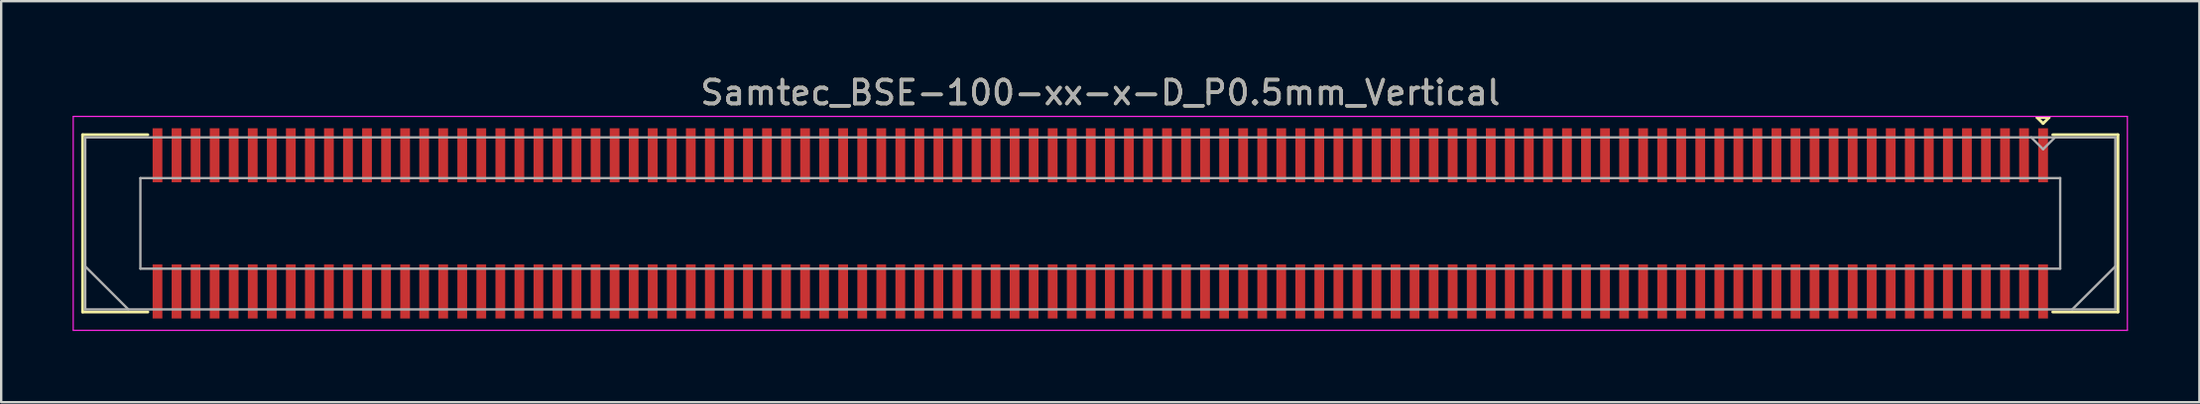
<source format=kicad_pcb>
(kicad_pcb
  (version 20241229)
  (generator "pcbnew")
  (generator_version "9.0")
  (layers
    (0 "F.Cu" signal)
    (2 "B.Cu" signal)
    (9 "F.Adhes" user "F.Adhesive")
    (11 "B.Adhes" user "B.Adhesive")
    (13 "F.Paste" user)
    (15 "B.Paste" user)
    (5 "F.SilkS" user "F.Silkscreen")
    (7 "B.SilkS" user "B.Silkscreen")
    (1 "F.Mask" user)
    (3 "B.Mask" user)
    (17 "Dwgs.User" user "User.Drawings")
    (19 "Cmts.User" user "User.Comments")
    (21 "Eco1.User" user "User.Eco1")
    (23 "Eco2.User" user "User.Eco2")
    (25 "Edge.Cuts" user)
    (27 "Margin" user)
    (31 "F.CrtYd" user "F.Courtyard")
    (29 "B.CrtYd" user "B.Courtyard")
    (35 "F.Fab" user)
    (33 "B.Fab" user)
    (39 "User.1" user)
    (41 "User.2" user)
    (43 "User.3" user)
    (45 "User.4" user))
  (footprint "Samtec_BSE-100-xx-x-D_P0.5mm_Vertical"
    (layer "F.Cu")
    (at 43.165 6.348)
    (property "Reference" "Samtec_BSE-100-xx-x-D_P0.5mm_Vertical" (at 0 -5.5 0) (layer "F.SilkS") (effects (font (size 1 1) (thickness 0.15))))
    (attr smd)
    (fp_line (start -42.745 -3.729) (end -40.005 -3.729) (stroke (width 0.12) (type solid)) (layer "F.SilkS"))
    (fp_line (start -42.745 3.729) (end -42.745 -3.729) (stroke (width 0.12) (type solid)) (layer "F.SilkS"))
    (fp_line (start -40.005 3.729) (end -42.745 3.729) (stroke (width 0.12) (type solid)) (layer "F.SilkS"))
    (fp_line (start 39.35 -4.452) (end 39.85 -4.452) (stroke (width 0.12) (type solid)) (layer "F.SilkS"))
    (fp_line (start 39.6 -4.202) (end 39.35 -4.452) (stroke (width 0.12) (type solid)) (layer "F.SilkS"))
    (fp_line (start 39.85 -4.452) (end 39.6 -4.202) (stroke (width 0.12) (type solid)) (layer "F.SilkS"))
    (fp_line (start 40.005 3.729) (end 42.745 3.729) (stroke (width 0.12) (type solid)) (layer "F.SilkS"))
    (fp_line (start 42.745 -3.729) (end 40.005 -3.729) (stroke (width 0.12) (type solid)) (layer "F.SilkS"))
    (fp_line (start 42.745 3.729) (end 42.745 -3.729) (stroke (width 0.12) (type solid)) (layer "F.SilkS"))
    (fp_line (start -43.14 -4.5) (end -43.14 4.5) (stroke (width 0.05) (type solid)) (layer "F.CrtYd"))
    (fp_line (start -43.14 4.5) (end 43.14 4.5) (stroke (width 0.05) (type solid)) (layer "F.CrtYd"))
    (fp_line (start 43.14 -4.5) (end -43.14 -4.5) (stroke (width 0.05) (type solid)) (layer "F.CrtYd"))
    (fp_line (start 43.14 4.5) (end 43.14 -4.5) (stroke (width 0.05) (type solid)) (layer "F.CrtYd"))
    (fp_line (start -42.635 -3.619) (end -42.635 3.619) (stroke (width 0.1) (type solid)) (layer "F.Fab"))
    (fp_line (start -42.635 1.81) (end -40.825 3.619) (stroke (width 0.1) (type solid)) (layer "F.Fab"))
    (fp_line (start -42.635 3.619) (end 42.635 3.619) (stroke (width 0.1) (type solid)) (layer "F.Fab"))
    (fp_line (start -40.318 -1.905) (end -40.318 1.905) (stroke (width 0.1) (type solid)) (layer "F.Fab"))
    (fp_line (start -40.318 1.905) (end 40.318 1.905) (stroke (width 0.1) (type solid)) (layer "F.Fab"))
    (fp_line (start 39.6 -3.119) (end 39.1 -3.619) (stroke (width 0.1) (type solid)) (layer "F.Fab"))
    (fp_line (start 40.1 -3.619) (end 39.6 -3.119) (stroke (width 0.1) (type solid)) (layer "F.Fab"))
    (fp_line (start 40.318 -1.905) (end -40.318 -1.905) (stroke (width 0.1) (type solid)) (layer "F.Fab"))
    (fp_line (start 40.318 1.905) (end 40.318 -1.905) (stroke (width 0.1) (type solid)) (layer "F.Fab"))
    (fp_line (start 42.635 -3.619) (end -42.635 -3.619) (stroke (width 0.1) (type solid)) (layer "F.Fab"))
    (fp_line (start 42.635 1.81) (end 40.825 3.619) (stroke (width 0.1) (type solid)) (layer "F.Fab"))
    (fp_line (start 42.635 3.619) (end 42.635 -3.619) (stroke (width 0.1) (type solid)) (layer "F.Fab"))
    (fp_text user "${REFERENCE}" (at 0 -5.5 0) (layer "F.Fab") (effects (font (size 1 1) (thickness 0.15))))
    (pad "1" smd rect (at 39.6 -2.865) (size 0.41 2.273) (layers "F.Cu" "F.Mask" "F.Paste"))
    (pad "2" smd rect (at 39.6 2.865) (size 0.41 2.273) (layers "F.Cu" "F.Mask" "F.Paste"))
    (pad "3" smd rect (at 38.8 -2.865) (size 0.41 2.273) (layers "F.Cu" "F.Mask" "F.Paste"))
    (pad "4" smd rect (at 38.8 2.865) (size 0.41 2.273) (layers "F.Cu" "F.Mask" "F.Paste"))
    (pad "5" smd rect (at 38 -2.865) (size 0.41 2.273) (layers "F.Cu" "F.Mask" "F.Paste"))
    (pad "6" smd rect (at 38 2.865) (size 0.41 2.273) (layers "F.Cu" "F.Mask" "F.Paste"))
    (pad "7" smd rect (at 37.2 -2.865) (size 0.41 2.273) (layers "F.Cu" "F.Mask" "F.Paste"))
    (pad "8" smd rect (at 37.2 2.865) (size 0.41 2.273) (layers "F.Cu" "F.Mask" "F.Paste"))
    (pad "9" smd rect (at 36.4 -2.865) (size 0.41 2.273) (layers "F.Cu" "F.Mask" "F.Paste"))
    (pad "10" smd rect (at 36.4 2.865) (size 0.41 2.273) (layers "F.Cu" "F.Mask" "F.Paste"))
    (pad "11" smd rect (at 35.6 -2.865) (size 0.41 2.273) (layers "F.Cu" "F.Mask" "F.Paste"))
    (pad "12" smd rect (at 35.6 2.865) (size 0.41 2.273) (layers "F.Cu" "F.Mask" "F.Paste"))
    (pad "13" smd rect (at 34.8 -2.865) (size 0.41 2.273) (layers "F.Cu" "F.Mask" "F.Paste"))
    (pad "14" smd rect (at 34.8 2.865) (size 0.41 2.273) (layers "F.Cu" "F.Mask" "F.Paste"))
    (pad "15" smd rect (at 34 -2.865) (size 0.41 2.273) (layers "F.Cu" "F.Mask" "F.Paste"))
    (pad "16" smd rect (at 34 2.865) (size 0.41 2.273) (layers "F.Cu" "F.Mask" "F.Paste"))
    (pad "17" smd rect (at 33.2 -2.865) (size 0.41 2.273) (layers "F.Cu" "F.Mask" "F.Paste"))
    (pad "18" smd rect (at 33.2 2.865) (size 0.41 2.273) (layers "F.Cu" "F.Mask" "F.Paste"))
    (pad "19" smd rect (at 32.4 -2.865) (size 0.41 2.273) (layers "F.Cu" "F.Mask" "F.Paste"))
    (pad "20" smd rect (at 32.4 2.865) (size 0.41 2.273) (layers "F.Cu" "F.Mask" "F.Paste"))
    (pad "21" smd rect (at 31.6 -2.865) (size 0.41 2.273) (layers "F.Cu" "F.Mask" "F.Paste"))
    (pad "22" smd rect (at 31.6 2.865) (size 0.41 2.273) (layers "F.Cu" "F.Mask" "F.Paste"))
    (pad "23" smd rect (at 30.8 -2.865) (size 0.41 2.273) (layers "F.Cu" "F.Mask" "F.Paste"))
    (pad "24" smd rect (at 30.8 2.865) (size 0.41 2.273) (layers "F.Cu" "F.Mask" "F.Paste"))
    (pad "25" smd rect (at 30 -2.865) (size 0.41 2.273) (layers "F.Cu" "F.Mask" "F.Paste"))
    (pad "26" smd rect (at 30 2.865) (size 0.41 2.273) (layers "F.Cu" "F.Mask" "F.Paste"))
    (pad "27" smd rect (at 29.2 -2.865) (size 0.41 2.273) (layers "F.Cu" "F.Mask" "F.Paste"))
    (pad "28" smd rect (at 29.2 2.865) (size 0.41 2.273) (layers "F.Cu" "F.Mask" "F.Paste"))
    (pad "29" smd rect (at 28.4 -2.865) (size 0.41 2.273) (layers "F.Cu" "F.Mask" "F.Paste"))
    (pad "30" smd rect (at 28.4 2.865) (size 0.41 2.273) (layers "F.Cu" "F.Mask" "F.Paste"))
    (pad "31" smd rect (at 27.6 -2.865) (size 0.41 2.273) (layers "F.Cu" "F.Mask" "F.Paste"))
    (pad "32" smd rect (at 27.6 2.865) (size 0.41 2.273) (layers "F.Cu" "F.Mask" "F.Paste"))
    (pad "33" smd rect (at 26.8 -2.865) (size 0.41 2.273) (layers "F.Cu" "F.Mask" "F.Paste"))
    (pad "34" smd rect (at 26.8 2.865) (size 0.41 2.273) (layers "F.Cu" "F.Mask" "F.Paste"))
    (pad "35" smd rect (at 26 -2.865) (size 0.41 2.273) (layers "F.Cu" "F.Mask" "F.Paste"))
    (pad "36" smd rect (at 26 2.865) (size 0.41 2.273) (layers "F.Cu" "F.Mask" "F.Paste"))
    (pad "37" smd rect (at 25.2 -2.865) (size 0.41 2.273) (layers "F.Cu" "F.Mask" "F.Paste"))
    (pad "38" smd rect (at 25.2 2.865) (size 0.41 2.273) (layers "F.Cu" "F.Mask" "F.Paste"))
    (pad "39" smd rect (at 24.4 -2.865) (size 0.41 2.273) (layers "F.Cu" "F.Mask" "F.Paste"))
    (pad "40" smd rect (at 24.4 2.865) (size 0.41 2.273) (layers "F.Cu" "F.Mask" "F.Paste"))
    (pad "41" smd rect (at 23.6 -2.865) (size 0.41 2.273) (layers "F.Cu" "F.Mask" "F.Paste"))
    (pad "42" smd rect (at 23.6 2.865) (size 0.41 2.273) (layers "F.Cu" "F.Mask" "F.Paste"))
    (pad "43" smd rect (at 22.8 -2.865) (size 0.41 2.273) (layers "F.Cu" "F.Mask" "F.Paste"))
    (pad "44" smd rect (at 22.8 2.865) (size 0.41 2.273) (layers "F.Cu" "F.Mask" "F.Paste"))
    (pad "45" smd rect (at 22 -2.865) (size 0.41 2.273) (layers "F.Cu" "F.Mask" "F.Paste"))
    (pad "46" smd rect (at 22 2.865) (size 0.41 2.273) (layers "F.Cu" "F.Mask" "F.Paste"))
    (pad "47" smd rect (at 21.2 -2.865) (size 0.41 2.273) (layers "F.Cu" "F.Mask" "F.Paste"))
    (pad "48" smd rect (at 21.2 2.865) (size 0.41 2.273) (layers "F.Cu" "F.Mask" "F.Paste"))
    (pad "49" smd rect (at 20.4 -2.865) (size 0.41 2.273) (layers "F.Cu" "F.Mask" "F.Paste"))
    (pad "50" smd rect (at 20.4 2.865) (size 0.41 2.273) (layers "F.Cu" "F.Mask" "F.Paste"))
    (pad "51" smd rect (at 19.6 -2.865) (size 0.41 2.273) (layers "F.Cu" "F.Mask" "F.Paste"))
    (pad "52" smd rect (at 19.6 2.865) (size 0.41 2.273) (layers "F.Cu" "F.Mask" "F.Paste"))
    (pad "53" smd rect (at 18.8 -2.865) (size 0.41 2.273) (layers "F.Cu" "F.Mask" "F.Paste"))
    (pad "54" smd rect (at 18.8 2.865) (size 0.41 2.273) (layers "F.Cu" "F.Mask" "F.Paste"))
    (pad "55" smd rect (at 18 -2.865) (size 0.41 2.273) (layers "F.Cu" "F.Mask" "F.Paste"))
    (pad "56" smd rect (at 18 2.865) (size 0.41 2.273) (layers "F.Cu" "F.Mask" "F.Paste"))
    (pad "57" smd rect (at 17.2 -2.865) (size 0.41 2.273) (layers "F.Cu" "F.Mask" "F.Paste"))
    (pad "58" smd rect (at 17.2 2.865) (size 0.41 2.273) (layers "F.Cu" "F.Mask" "F.Paste"))
    (pad "59" smd rect (at 16.4 -2.865) (size 0.41 2.273) (layers "F.Cu" "F.Mask" "F.Paste"))
    (pad "60" smd rect (at 16.4 2.865) (size 0.41 2.273) (layers "F.Cu" "F.Mask" "F.Paste"))
    (pad "61" smd rect (at 15.6 -2.865) (size 0.41 2.273) (layers "F.Cu" "F.Mask" "F.Paste"))
    (pad "62" smd rect (at 15.6 2.865) (size 0.41 2.273) (layers "F.Cu" "F.Mask" "F.Paste"))
    (pad "63" smd rect (at 14.8 -2.865) (size 0.41 2.273) (layers "F.Cu" "F.Mask" "F.Paste"))
    (pad "64" smd rect (at 14.8 2.865) (size 0.41 2.273) (layers "F.Cu" "F.Mask" "F.Paste"))
    (pad "65" smd rect (at 14 -2.865) (size 0.41 2.273) (layers "F.Cu" "F.Mask" "F.Paste"))
    (pad "66" smd rect (at 14 2.865) (size 0.41 2.273) (layers "F.Cu" "F.Mask" "F.Paste"))
    (pad "67" smd rect (at 13.2 -2.865) (size 0.41 2.273) (layers "F.Cu" "F.Mask" "F.Paste"))
    (pad "68" smd rect (at 13.2 2.865) (size 0.41 2.273) (layers "F.Cu" "F.Mask" "F.Paste"))
    (pad "69" smd rect (at 12.4 -2.865) (size 0.41 2.273) (layers "F.Cu" "F.Mask" "F.Paste"))
    (pad "70" smd rect (at 12.4 2.865) (size 0.41 2.273) (layers "F.Cu" "F.Mask" "F.Paste"))
    (pad "71" smd rect (at 11.6 -2.865) (size 0.41 2.273) (layers "F.Cu" "F.Mask" "F.Paste"))
    (pad "72" smd rect (at 11.6 2.865) (size 0.41 2.273) (layers "F.Cu" "F.Mask" "F.Paste"))
    (pad "73" smd rect (at 10.8 -2.865) (size 0.41 2.273) (layers "F.Cu" "F.Mask" "F.Paste"))
    (pad "74" smd rect (at 10.8 2.865) (size 0.41 2.273) (layers "F.Cu" "F.Mask" "F.Paste"))
    (pad "75" smd rect (at 10 -2.865) (size 0.41 2.273) (layers "F.Cu" "F.Mask" "F.Paste"))
    (pad "76" smd rect (at 10 2.865) (size 0.41 2.273) (layers "F.Cu" "F.Mask" "F.Paste"))
    (pad "77" smd rect (at 9.2 -2.865) (size 0.41 2.273) (layers "F.Cu" "F.Mask" "F.Paste"))
    (pad "78" smd rect (at 9.2 2.865) (size 0.41 2.273) (layers "F.Cu" "F.Mask" "F.Paste"))
    (pad "79" smd rect (at 8.4 -2.865) (size 0.41 2.273) (layers "F.Cu" "F.Mask" "F.Paste"))
    (pad "80" smd rect (at 8.4 2.865) (size 0.41 2.273) (layers "F.Cu" "F.Mask" "F.Paste"))
    (pad "81" smd rect (at 7.6 -2.865) (size 0.41 2.273) (layers "F.Cu" "F.Mask" "F.Paste"))
    (pad "82" smd rect (at 7.6 2.865) (size 0.41 2.273) (layers "F.Cu" "F.Mask" "F.Paste"))
    (pad "83" smd rect (at 6.8 -2.865) (size 0.41 2.273) (layers "F.Cu" "F.Mask" "F.Paste"))
    (pad "84" smd rect (at 6.8 2.865) (size 0.41 2.273) (layers "F.Cu" "F.Mask" "F.Paste"))
    (pad "85" smd rect (at 6 -2.865) (size 0.41 2.273) (layers "F.Cu" "F.Mask" "F.Paste"))
    (pad "86" smd rect (at 6 2.865) (size 0.41 2.273) (layers "F.Cu" "F.Mask" "F.Paste"))
    (pad "87" smd rect (at 5.2 -2.865) (size 0.41 2.273) (layers "F.Cu" "F.Mask" "F.Paste"))
    (pad "88" smd rect (at 5.2 2.865) (size 0.41 2.273) (layers "F.Cu" "F.Mask" "F.Paste"))
    (pad "89" smd rect (at 4.4 -2.865) (size 0.41 2.273) (layers "F.Cu" "F.Mask" "F.Paste"))
    (pad "90" smd rect (at 4.4 2.865) (size 0.41 2.273) (layers "F.Cu" "F.Mask" "F.Paste"))
    (pad "91" smd rect (at 3.6 -2.865) (size 0.41 2.273) (layers "F.Cu" "F.Mask" "F.Paste"))
    (pad "92" smd rect (at 3.6 2.865) (size 0.41 2.273) (layers "F.Cu" "F.Mask" "F.Paste"))
    (pad "93" smd rect (at 2.8 -2.865) (size 0.41 2.273) (layers "F.Cu" "F.Mask" "F.Paste"))
    (pad "94" smd rect (at 2.8 2.865) (size 0.41 2.273) (layers "F.Cu" "F.Mask" "F.Paste"))
    (pad "95" smd rect (at 2 -2.865) (size 0.41 2.273) (layers "F.Cu" "F.Mask" "F.Paste"))
    (pad "96" smd rect (at 2 2.865) (size 0.41 2.273) (layers "F.Cu" "F.Mask" "F.Paste"))
    (pad "97" smd rect (at 1.2 -2.865) (size 0.41 2.273) (layers "F.Cu" "F.Mask" "F.Paste"))
    (pad "98" smd rect (at 1.2 2.865) (size 0.41 2.273) (layers "F.Cu" "F.Mask" "F.Paste"))
    (pad "99" smd rect (at 0.4 -2.865) (size 0.41 2.273) (layers "F.Cu" "F.Mask" "F.Paste"))
    (pad "100" smd rect (at 0.4 2.865) (size 0.41 2.273) (layers "F.Cu" "F.Mask" "F.Paste"))
    (pad "101" smd rect (at -0.4 -2.865) (size 0.41 2.273) (layers "F.Cu" "F.Mask" "F.Paste"))
    (pad "102" smd rect (at -0.4 2.865) (size 0.41 2.273) (layers "F.Cu" "F.Mask" "F.Paste"))
    (pad "103" smd rect (at -1.2 -2.865) (size 0.41 2.273) (layers "F.Cu" "F.Mask" "F.Paste"))
    (pad "104" smd rect (at -1.2 2.865) (size 0.41 2.273) (layers "F.Cu" "F.Mask" "F.Paste"))
    (pad "105" smd rect (at -2 -2.865) (size 0.41 2.273) (layers "F.Cu" "F.Mask" "F.Paste"))
    (pad "106" smd rect (at -2 2.865) (size 0.41 2.273) (layers "F.Cu" "F.Mask" "F.Paste"))
    (pad "107" smd rect (at -2.8 -2.865) (size 0.41 2.273) (layers "F.Cu" "F.Mask" "F.Paste"))
    (pad "108" smd rect (at -2.8 2.865) (size 0.41 2.273) (layers "F.Cu" "F.Mask" "F.Paste"))
    (pad "109" smd rect (at -3.6 -2.865) (size 0.41 2.273) (layers "F.Cu" "F.Mask" "F.Paste"))
    (pad "110" smd rect (at -3.6 2.865) (size 0.41 2.273) (layers "F.Cu" "F.Mask" "F.Paste"))
    (pad "111" smd rect (at -4.4 -2.865) (size 0.41 2.273) (layers "F.Cu" "F.Mask" "F.Paste"))
    (pad "112" smd rect (at -4.4 2.865) (size 0.41 2.273) (layers "F.Cu" "F.Mask" "F.Paste"))
    (pad "113" smd rect (at -5.2 -2.865) (size 0.41 2.273) (layers "F.Cu" "F.Mask" "F.Paste"))
    (pad "114" smd rect (at -5.2 2.865) (size 0.41 2.273) (layers "F.Cu" "F.Mask" "F.Paste"))
    (pad "115" smd rect (at -6 -2.865) (size 0.41 2.273) (layers "F.Cu" "F.Mask" "F.Paste"))
    (pad "116" smd rect (at -6 2.865) (size 0.41 2.273) (layers "F.Cu" "F.Mask" "F.Paste"))
    (pad "117" smd rect (at -6.8 -2.865) (size 0.41 2.273) (layers "F.Cu" "F.Mask" "F.Paste"))
    (pad "118" smd rect (at -6.8 2.865) (size 0.41 2.273) (layers "F.Cu" "F.Mask" "F.Paste"))
    (pad "119" smd rect (at -7.6 -2.865) (size 0.41 2.273) (layers "F.Cu" "F.Mask" "F.Paste"))
    (pad "120" smd rect (at -7.6 2.865) (size 0.41 2.273) (layers "F.Cu" "F.Mask" "F.Paste"))
    (pad "121" smd rect (at -8.4 -2.865) (size 0.41 2.273) (layers "F.Cu" "F.Mask" "F.Paste"))
    (pad "122" smd rect (at -8.4 2.865) (size 0.41 2.273) (layers "F.Cu" "F.Mask" "F.Paste"))
    (pad "123" smd rect (at -9.2 -2.865) (size 0.41 2.273) (layers "F.Cu" "F.Mask" "F.Paste"))
    (pad "124" smd rect (at -9.2 2.865) (size 0.41 2.273) (layers "F.Cu" "F.Mask" "F.Paste"))
    (pad "125" smd rect (at -10 -2.865) (size 0.41 2.273) (layers "F.Cu" "F.Mask" "F.Paste"))
    (pad "126" smd rect (at -10 2.865) (size 0.41 2.273) (layers "F.Cu" "F.Mask" "F.Paste"))
    (pad "127" smd rect (at -10.8 -2.865) (size 0.41 2.273) (layers "F.Cu" "F.Mask" "F.Paste"))
    (pad "128" smd rect (at -10.8 2.865) (size 0.41 2.273) (layers "F.Cu" "F.Mask" "F.Paste"))
    (pad "129" smd rect (at -11.6 -2.865) (size 0.41 2.273) (layers "F.Cu" "F.Mask" "F.Paste"))
    (pad "130" smd rect (at -11.6 2.865) (size 0.41 2.273) (layers "F.Cu" "F.Mask" "F.Paste"))
    (pad "131" smd rect (at -12.4 -2.865) (size 0.41 2.273) (layers "F.Cu" "F.Mask" "F.Paste"))
    (pad "132" smd rect (at -12.4 2.865) (size 0.41 2.273) (layers "F.Cu" "F.Mask" "F.Paste"))
    (pad "133" smd rect (at -13.2 -2.865) (size 0.41 2.273) (layers "F.Cu" "F.Mask" "F.Paste"))
    (pad "134" smd rect (at -13.2 2.865) (size 0.41 2.273) (layers "F.Cu" "F.Mask" "F.Paste"))
    (pad "135" smd rect (at -14 -2.865) (size 0.41 2.273) (layers "F.Cu" "F.Mask" "F.Paste"))
    (pad "136" smd rect (at -14 2.865) (size 0.41 2.273) (layers "F.Cu" "F.Mask" "F.Paste"))
    (pad "137" smd rect (at -14.8 -2.865) (size 0.41 2.273) (layers "F.Cu" "F.Mask" "F.Paste"))
    (pad "138" smd rect (at -14.8 2.865) (size 0.41 2.273) (layers "F.Cu" "F.Mask" "F.Paste"))
    (pad "139" smd rect (at -15.6 -2.865) (size 0.41 2.273) (layers "F.Cu" "F.Mask" "F.Paste"))
    (pad "140" smd rect (at -15.6 2.865) (size 0.41 2.273) (layers "F.Cu" "F.Mask" "F.Paste"))
    (pad "141" smd rect (at -16.4 -2.865) (size 0.41 2.273) (layers "F.Cu" "F.Mask" "F.Paste"))
    (pad "142" smd rect (at -16.4 2.865) (size 0.41 2.273) (layers "F.Cu" "F.Mask" "F.Paste"))
    (pad "143" smd rect (at -17.2 -2.865) (size 0.41 2.273) (layers "F.Cu" "F.Mask" "F.Paste"))
    (pad "144" smd rect (at -17.2 2.865) (size 0.41 2.273) (layers "F.Cu" "F.Mask" "F.Paste"))
    (pad "145" smd rect (at -18 -2.865) (size 0.41 2.273) (layers "F.Cu" "F.Mask" "F.Paste"))
    (pad "146" smd rect (at -18 2.865) (size 0.41 2.273) (layers "F.Cu" "F.Mask" "F.Paste"))
    (pad "147" smd rect (at -18.8 -2.865) (size 0.41 2.273) (layers "F.Cu" "F.Mask" "F.Paste"))
    (pad "148" smd rect (at -18.8 2.865) (size 0.41 2.273) (layers "F.Cu" "F.Mask" "F.Paste"))
    (pad "149" smd rect (at -19.6 -2.865) (size 0.41 2.273) (layers "F.Cu" "F.Mask" "F.Paste"))
    (pad "150" smd rect (at -19.6 2.865) (size 0.41 2.273) (layers "F.Cu" "F.Mask" "F.Paste"))
    (pad "151" smd rect (at -20.4 -2.865) (size 0.41 2.273) (layers "F.Cu" "F.Mask" "F.Paste"))
    (pad "152" smd rect (at -20.4 2.865) (size 0.41 2.273) (layers "F.Cu" "F.Mask" "F.Paste"))
    (pad "153" smd rect (at -21.2 -2.865) (size 0.41 2.273) (layers "F.Cu" "F.Mask" "F.Paste"))
    (pad "154" smd rect (at -21.2 2.865) (size 0.41 2.273) (layers "F.Cu" "F.Mask" "F.Paste"))
    (pad "155" smd rect (at -22 -2.865) (size 0.41 2.273) (layers "F.Cu" "F.Mask" "F.Paste"))
    (pad "156" smd rect (at -22 2.865) (size 0.41 2.273) (layers "F.Cu" "F.Mask" "F.Paste"))
    (pad "157" smd rect (at -22.8 -2.865) (size 0.41 2.273) (layers "F.Cu" "F.Mask" "F.Paste"))
    (pad "158" smd rect (at -22.8 2.865) (size 0.41 2.273) (layers "F.Cu" "F.Mask" "F.Paste"))
    (pad "159" smd rect (at -23.6 -2.865) (size 0.41 2.273) (layers "F.Cu" "F.Mask" "F.Paste"))
    (pad "160" smd rect (at -23.6 2.865) (size 0.41 2.273) (layers "F.Cu" "F.Mask" "F.Paste"))
    (pad "161" smd rect (at -24.4 -2.865) (size 0.41 2.273) (layers "F.Cu" "F.Mask" "F.Paste"))
    (pad "162" smd rect (at -24.4 2.865) (size 0.41 2.273) (layers "F.Cu" "F.Mask" "F.Paste"))
    (pad "163" smd rect (at -25.2 -2.865) (size 0.41 2.273) (layers "F.Cu" "F.Mask" "F.Paste"))
    (pad "164" smd rect (at -25.2 2.865) (size 0.41 2.273) (layers "F.Cu" "F.Mask" "F.Paste"))
    (pad "165" smd rect (at -26 -2.865) (size 0.41 2.273) (layers "F.Cu" "F.Mask" "F.Paste"))
    (pad "166" smd rect (at -26 2.865) (size 0.41 2.273) (layers "F.Cu" "F.Mask" "F.Paste"))
    (pad "167" smd rect (at -26.8 -2.865) (size 0.41 2.273) (layers "F.Cu" "F.Mask" "F.Paste"))
    (pad "168" smd rect (at -26.8 2.865) (size 0.41 2.273) (layers "F.Cu" "F.Mask" "F.Paste"))
    (pad "169" smd rect (at -27.6 -2.865) (size 0.41 2.273) (layers "F.Cu" "F.Mask" "F.Paste"))
    (pad "170" smd rect (at -27.6 2.865) (size 0.41 2.273) (layers "F.Cu" "F.Mask" "F.Paste"))
    (pad "171" smd rect (at -28.4 -2.865) (size 0.41 2.273) (layers "F.Cu" "F.Mask" "F.Paste"))
    (pad "172" smd rect (at -28.4 2.865) (size 0.41 2.273) (layers "F.Cu" "F.Mask" "F.Paste"))
    (pad "173" smd rect (at -29.2 -2.865) (size 0.41 2.273) (layers "F.Cu" "F.Mask" "F.Paste"))
    (pad "174" smd rect (at -29.2 2.865) (size 0.41 2.273) (layers "F.Cu" "F.Mask" "F.Paste"))
    (pad "175" smd rect (at -30 -2.865) (size 0.41 2.273) (layers "F.Cu" "F.Mask" "F.Paste"))
    (pad "176" smd rect (at -30 2.865) (size 0.41 2.273) (layers "F.Cu" "F.Mask" "F.Paste"))
    (pad "177" smd rect (at -30.8 -2.865) (size 0.41 2.273) (layers "F.Cu" "F.Mask" "F.Paste"))
    (pad "178" smd rect (at -30.8 2.865) (size 0.41 2.273) (layers "F.Cu" "F.Mask" "F.Paste"))
    (pad "179" smd rect (at -31.6 -2.865) (size 0.41 2.273) (layers "F.Cu" "F.Mask" "F.Paste"))
    (pad "180" smd rect (at -31.6 2.865) (size 0.41 2.273) (layers "F.Cu" "F.Mask" "F.Paste"))
    (pad "181" smd rect (at -32.4 -2.865) (size 0.41 2.273) (layers "F.Cu" "F.Mask" "F.Paste"))
    (pad "182" smd rect (at -32.4 2.865) (size 0.41 2.273) (layers "F.Cu" "F.Mask" "F.Paste"))
    (pad "183" smd rect (at -33.2 -2.865) (size 0.41 2.273) (layers "F.Cu" "F.Mask" "F.Paste"))
    (pad "184" smd rect (at -33.2 2.865) (size 0.41 2.273) (layers "F.Cu" "F.Mask" "F.Paste"))
    (pad "185" smd rect (at -34 -2.865) (size 0.41 2.273) (layers "F.Cu" "F.Mask" "F.Paste"))
    (pad "186" smd rect (at -34 2.865) (size 0.41 2.273) (layers "F.Cu" "F.Mask" "F.Paste"))
    (pad "187" smd rect (at -34.8 -2.865) (size 0.41 2.273) (layers "F.Cu" "F.Mask" "F.Paste"))
    (pad "188" smd rect (at -34.8 2.865) (size 0.41 2.273) (layers "F.Cu" "F.Mask" "F.Paste"))
    (pad "189" smd rect (at -35.6 -2.865) (size 0.41 2.273) (layers "F.Cu" "F.Mask" "F.Paste"))
    (pad "190" smd rect (at -35.6 2.865) (size 0.41 2.273) (layers "F.Cu" "F.Mask" "F.Paste"))
    (pad "191" smd rect (at -36.4 -2.865) (size 0.41 2.273) (layers "F.Cu" "F.Mask" "F.Paste"))
    (pad "192" smd rect (at -36.4 2.865) (size 0.41 2.273) (layers "F.Cu" "F.Mask" "F.Paste"))
    (pad "193" smd rect (at -37.2 -2.865) (size 0.41 2.273) (layers "F.Cu" "F.Mask" "F.Paste"))
    (pad "194" smd rect (at -37.2 2.865) (size 0.41 2.273) (layers "F.Cu" "F.Mask" "F.Paste"))
    (pad "195" smd rect (at -38 -2.865) (size 0.41 2.273) (layers "F.Cu" "F.Mask" "F.Paste"))
    (pad "196" smd rect (at -38 2.865) (size 0.41 2.273) (layers "F.Cu" "F.Mask" "F.Paste"))
    (pad "197" smd rect (at -38.8 -2.865) (size 0.41 2.273) (layers "F.Cu" "F.Mask" "F.Paste"))
    (pad "198" smd rect (at -38.8 2.865) (size 0.41 2.273) (layers "F.Cu" "F.Mask" "F.Paste"))
    (pad "199" smd rect (at -39.6 -2.865) (size 0.41 2.273) (layers "F.Cu" "F.Mask" "F.Paste"))
    (pad "200" smd rect (at -39.6 2.865) (size 0.41 2.273) (layers "F.Cu" "F.Mask" "F.Paste")))
  (gr_rect
    (start -3 -3)
    (end 89.33 13.873)
    (stroke (width 0.1) (type default))
    (fill no)
    (layer "Edge.Cuts")))
</source>
